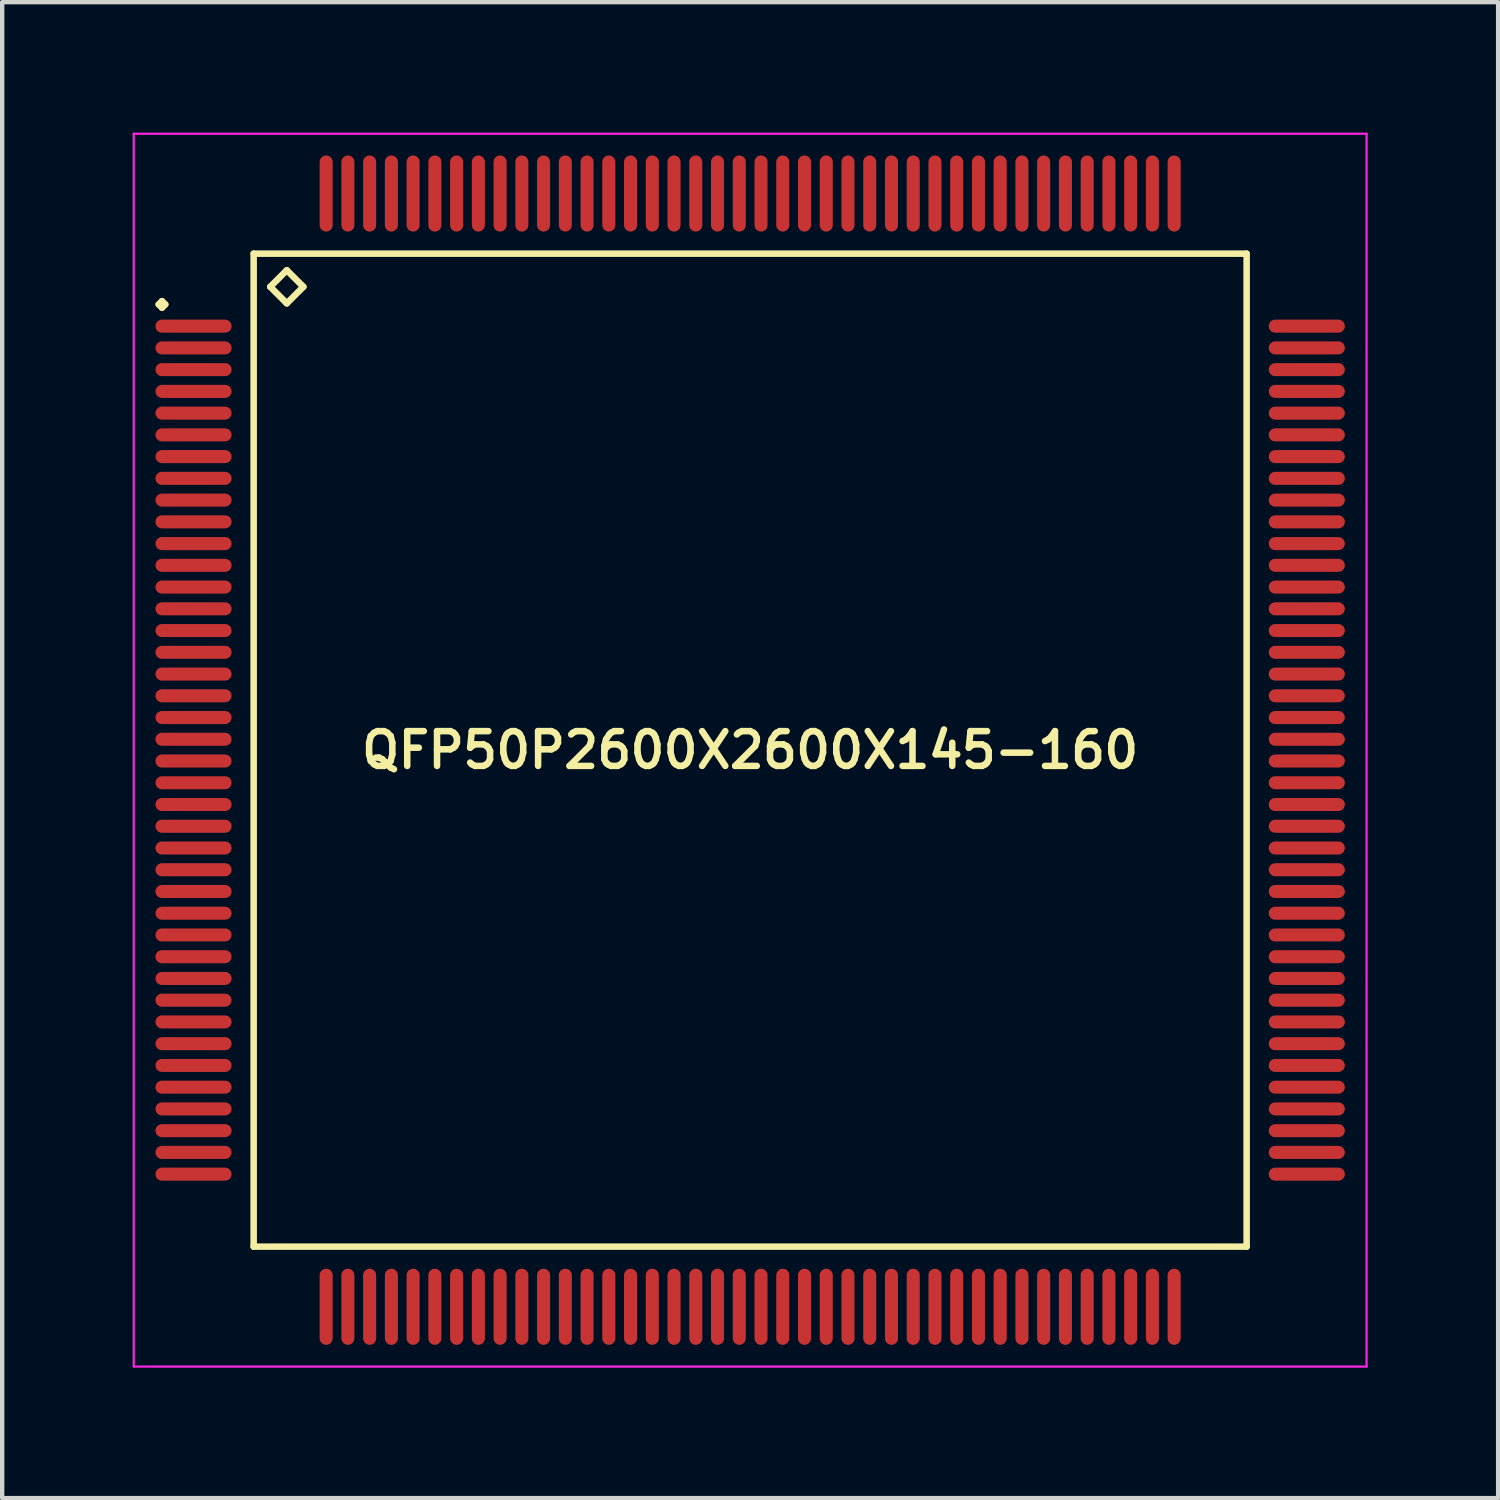
<source format=kicad_pcb>
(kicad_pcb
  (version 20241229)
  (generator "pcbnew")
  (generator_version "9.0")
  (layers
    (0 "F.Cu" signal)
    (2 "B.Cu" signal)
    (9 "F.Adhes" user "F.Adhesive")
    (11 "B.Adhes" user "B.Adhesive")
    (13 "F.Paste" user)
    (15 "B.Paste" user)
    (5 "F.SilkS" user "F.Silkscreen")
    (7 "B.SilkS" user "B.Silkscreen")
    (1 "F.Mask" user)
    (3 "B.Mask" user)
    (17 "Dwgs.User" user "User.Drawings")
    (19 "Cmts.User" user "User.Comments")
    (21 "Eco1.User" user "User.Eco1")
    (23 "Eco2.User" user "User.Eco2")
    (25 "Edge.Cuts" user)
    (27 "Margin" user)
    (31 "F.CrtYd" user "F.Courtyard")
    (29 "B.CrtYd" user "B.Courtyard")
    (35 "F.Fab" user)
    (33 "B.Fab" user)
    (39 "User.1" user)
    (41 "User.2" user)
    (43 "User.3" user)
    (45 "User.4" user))
  (footprint "QFP50P2600X2600X145-160"
    (layer "F.Cu")
    (at 14.2 14.2)
    (property "Reference" "QFP50P2600X2600X145-160" (at 0 0 0) (layer "F.SilkS") (effects (font (size 0.8 0.8) (thickness 0.15))))
    (attr smd)
    (fp_line (start -13.6 -10.25) (end -13.525 -10.325) (stroke (width 0.15) (type solid)) (layer "F.SilkS"))
    (fp_line (start -13.525 -10.325) (end -13.45 -10.25) (stroke (width 0.15) (type solid)) (layer "F.SilkS"))
    (fp_line (start -13.525 -10.175) (end -13.6 -10.25) (stroke (width 0.15) (type solid)) (layer "F.SilkS"))
    (fp_line (start -13.45 -10.25) (end -13.525 -10.175) (stroke (width 0.15) (type solid)) (layer "F.SilkS"))
    (fp_line (start -11.417 -11.417) (end -11.417 11.417) (stroke (width 0.15) (type solid)) (layer "F.SilkS"))
    (fp_line (start -11.417 11.417) (end 11.417 11.417) (stroke (width 0.15) (type solid)) (layer "F.SilkS"))
    (fp_line (start -11.036 -10.655) (end -10.655 -11.036) (stroke (width 0.15) (type solid)) (layer "F.SilkS"))
    (fp_line (start -10.655 -11.036) (end -10.274 -10.655) (stroke (width 0.15) (type solid)) (layer "F.SilkS"))
    (fp_line (start -10.655 -10.274) (end -11.036 -10.655) (stroke (width 0.15) (type solid)) (layer "F.SilkS"))
    (fp_line (start -10.274 -10.655) (end -10.655 -10.274) (stroke (width 0.15) (type solid)) (layer "F.SilkS"))
    (fp_line (start 11.417 -11.417) (end -11.417 -11.417) (stroke (width 0.15) (type solid)) (layer "F.SilkS"))
    (fp_line (start 11.417 11.417) (end 11.417 -11.417) (stroke (width 0.15) (type solid)) (layer "F.SilkS"))
    (fp_line (start -14.175 -14.175) (end 14.175 -14.175) (stroke (width 0.05) (type solid)) (layer "F.CrtYd"))
    (fp_line (start -14.175 14.175) (end -14.175 -14.175) (stroke (width 0.05) (type solid)) (layer "F.CrtYd"))
    (fp_line (start 14.175 -14.175) (end 14.175 14.175) (stroke (width 0.05) (type solid)) (layer "F.CrtYd"))
    (fp_line (start 14.175 14.175) (end -14.175 14.175) (stroke (width 0.05) (type solid)) (layer "F.CrtYd"))
    (pad "1" smd oval (at -12.8 -9.75) (size 1.75 0.3) (layers "F.Cu" "F.Mask" "F.Paste"))
    (pad "2" smd oval (at -12.8 -9.25) (size 1.75 0.3) (layers "F.Cu" "F.Mask" "F.Paste"))
    (pad "3" smd oval (at -12.8 -8.75) (size 1.75 0.3) (layers "F.Cu" "F.Mask" "F.Paste"))
    (pad "4" smd oval (at -12.8 -8.25) (size 1.75 0.3) (layers "F.Cu" "F.Mask" "F.Paste"))
    (pad "5" smd oval (at -12.8 -7.75) (size 1.75 0.3) (layers "F.Cu" "F.Mask" "F.Paste"))
    (pad "6" smd oval (at -12.8 -7.25) (size 1.75 0.3) (layers "F.Cu" "F.Mask" "F.Paste"))
    (pad "7" smd oval (at -12.8 -6.75) (size 1.75 0.3) (layers "F.Cu" "F.Mask" "F.Paste"))
    (pad "8" smd oval (at -12.8 -6.25) (size 1.75 0.3) (layers "F.Cu" "F.Mask" "F.Paste"))
    (pad "9" smd oval (at -12.8 -5.75) (size 1.75 0.3) (layers "F.Cu" "F.Mask" "F.Paste"))
    (pad "10" smd oval (at -12.8 -5.25) (size 1.75 0.3) (layers "F.Cu" "F.Mask" "F.Paste"))
    (pad "11" smd oval (at -12.8 -4.75) (size 1.75 0.3) (layers "F.Cu" "F.Mask" "F.Paste"))
    (pad "12" smd oval (at -12.8 -4.25) (size 1.75 0.3) (layers "F.Cu" "F.Mask" "F.Paste"))
    (pad "13" smd oval (at -12.8 -3.75) (size 1.75 0.3) (layers "F.Cu" "F.Mask" "F.Paste"))
    (pad "14" smd oval (at -12.8 -3.25) (size 1.75 0.3) (layers "F.Cu" "F.Mask" "F.Paste"))
    (pad "15" smd oval (at -12.8 -2.75) (size 1.75 0.3) (layers "F.Cu" "F.Mask" "F.Paste"))
    (pad "16" smd oval (at -12.8 -2.25) (size 1.75 0.3) (layers "F.Cu" "F.Mask" "F.Paste"))
    (pad "17" smd oval (at -12.8 -1.75) (size 1.75 0.3) (layers "F.Cu" "F.Mask" "F.Paste"))
    (pad "18" smd oval (at -12.8 -1.25) (size 1.75 0.3) (layers "F.Cu" "F.Mask" "F.Paste"))
    (pad "19" smd oval (at -12.8 -0.75) (size 1.75 0.3) (layers "F.Cu" "F.Mask" "F.Paste"))
    (pad "20" smd oval (at -12.8 -0.25) (size 1.75 0.3) (layers "F.Cu" "F.Mask" "F.Paste"))
    (pad "21" smd oval (at -12.8 0.25) (size 1.75 0.3) (layers "F.Cu" "F.Mask" "F.Paste"))
    (pad "22" smd oval (at -12.8 0.75) (size 1.75 0.3) (layers "F.Cu" "F.Mask" "F.Paste"))
    (pad "23" smd oval (at -12.8 1.25) (size 1.75 0.3) (layers "F.Cu" "F.Mask" "F.Paste"))
    (pad "24" smd oval (at -12.8 1.75) (size 1.75 0.3) (layers "F.Cu" "F.Mask" "F.Paste"))
    (pad "25" smd oval (at -12.8 2.25) (size 1.75 0.3) (layers "F.Cu" "F.Mask" "F.Paste"))
    (pad "26" smd oval (at -12.8 2.75) (size 1.75 0.3) (layers "F.Cu" "F.Mask" "F.Paste"))
    (pad "27" smd oval (at -12.8 3.25) (size 1.75 0.3) (layers "F.Cu" "F.Mask" "F.Paste"))
    (pad "28" smd oval (at -12.8 3.75) (size 1.75 0.3) (layers "F.Cu" "F.Mask" "F.Paste"))
    (pad "29" smd oval (at -12.8 4.25) (size 1.75 0.3) (layers "F.Cu" "F.Mask" "F.Paste"))
    (pad "30" smd oval (at -12.8 4.75) (size 1.75 0.3) (layers "F.Cu" "F.Mask" "F.Paste"))
    (pad "31" smd oval (at -12.8 5.25) (size 1.75 0.3) (layers "F.Cu" "F.Mask" "F.Paste"))
    (pad "32" smd oval (at -12.8 5.75) (size 1.75 0.3) (layers "F.Cu" "F.Mask" "F.Paste"))
    (pad "33" smd oval (at -12.8 6.25) (size 1.75 0.3) (layers "F.Cu" "F.Mask" "F.Paste"))
    (pad "34" smd oval (at -12.8 6.75) (size 1.75 0.3) (layers "F.Cu" "F.Mask" "F.Paste"))
    (pad "35" smd oval (at -12.8 7.25) (size 1.75 0.3) (layers "F.Cu" "F.Mask" "F.Paste"))
    (pad "36" smd oval (at -12.8 7.75) (size 1.75 0.3) (layers "F.Cu" "F.Mask" "F.Paste"))
    (pad "37" smd oval (at -12.8 8.25) (size 1.75 0.3) (layers "F.Cu" "F.Mask" "F.Paste"))
    (pad "38" smd oval (at -12.8 8.75) (size 1.75 0.3) (layers "F.Cu" "F.Mask" "F.Paste"))
    (pad "39" smd oval (at -12.8 9.25) (size 1.75 0.3) (layers "F.Cu" "F.Mask" "F.Paste"))
    (pad "40" smd oval (at -12.8 9.75) (size 1.75 0.3) (layers "F.Cu" "F.Mask" "F.Paste"))
    (pad "41" smd oval (at -9.75 12.8) (size 0.3 1.75) (layers "F.Cu" "F.Mask" "F.Paste"))
    (pad "42" smd oval (at -9.25 12.8) (size 0.3 1.75) (layers "F.Cu" "F.Mask" "F.Paste"))
    (pad "43" smd oval (at -8.75 12.8) (size 0.3 1.75) (layers "F.Cu" "F.Mask" "F.Paste"))
    (pad "44" smd oval (at -8.25 12.8) (size 0.3 1.75) (layers "F.Cu" "F.Mask" "F.Paste"))
    (pad "45" smd oval (at -7.75 12.8) (size 0.3 1.75) (layers "F.Cu" "F.Mask" "F.Paste"))
    (pad "46" smd oval (at -7.25 12.8) (size 0.3 1.75) (layers "F.Cu" "F.Mask" "F.Paste"))
    (pad "47" smd oval (at -6.75 12.8) (size 0.3 1.75) (layers "F.Cu" "F.Mask" "F.Paste"))
    (pad "48" smd oval (at -6.25 12.8) (size 0.3 1.75) (layers "F.Cu" "F.Mask" "F.Paste"))
    (pad "49" smd oval (at -5.75 12.8) (size 0.3 1.75) (layers "F.Cu" "F.Mask" "F.Paste"))
    (pad "50" smd oval (at -5.25 12.8) (size 0.3 1.75) (layers "F.Cu" "F.Mask" "F.Paste"))
    (pad "51" smd oval (at -4.75 12.8) (size 0.3 1.75) (layers "F.Cu" "F.Mask" "F.Paste"))
    (pad "52" smd oval (at -4.25 12.8) (size 0.3 1.75) (layers "F.Cu" "F.Mask" "F.Paste"))
    (pad "53" smd oval (at -3.75 12.8) (size 0.3 1.75) (layers "F.Cu" "F.Mask" "F.Paste"))
    (pad "54" smd oval (at -3.25 12.8) (size 0.3 1.75) (layers "F.Cu" "F.Mask" "F.Paste"))
    (pad "55" smd oval (at -2.75 12.8) (size 0.3 1.75) (layers "F.Cu" "F.Mask" "F.Paste"))
    (pad "56" smd oval (at -2.25 12.8) (size 0.3 1.75) (layers "F.Cu" "F.Mask" "F.Paste"))
    (pad "57" smd oval (at -1.75 12.8) (size 0.3 1.75) (layers "F.Cu" "F.Mask" "F.Paste"))
    (pad "58" smd oval (at -1.25 12.8) (size 0.3 1.75) (layers "F.Cu" "F.Mask" "F.Paste"))
    (pad "59" smd oval (at -0.75 12.8) (size 0.3 1.75) (layers "F.Cu" "F.Mask" "F.Paste"))
    (pad "60" smd oval (at -0.25 12.8) (size 0.3 1.75) (layers "F.Cu" "F.Mask" "F.Paste"))
    (pad "61" smd oval (at 0.25 12.8) (size 0.3 1.75) (layers "F.Cu" "F.Mask" "F.Paste"))
    (pad "62" smd oval (at 0.75 12.8) (size 0.3 1.75) (layers "F.Cu" "F.Mask" "F.Paste"))
    (pad "63" smd oval (at 1.25 12.8) (size 0.3 1.75) (layers "F.Cu" "F.Mask" "F.Paste"))
    (pad "64" smd oval (at 1.75 12.8) (size 0.3 1.75) (layers "F.Cu" "F.Mask" "F.Paste"))
    (pad "65" smd oval (at 2.25 12.8) (size 0.3 1.75) (layers "F.Cu" "F.Mask" "F.Paste"))
    (pad "66" smd oval (at 2.75 12.8) (size 0.3 1.75) (layers "F.Cu" "F.Mask" "F.Paste"))
    (pad "67" smd oval (at 3.25 12.8) (size 0.3 1.75) (layers "F.Cu" "F.Mask" "F.Paste"))
    (pad "68" smd oval (at 3.75 12.8) (size 0.3 1.75) (layers "F.Cu" "F.Mask" "F.Paste"))
    (pad "69" smd oval (at 4.25 12.8) (size 0.3 1.75) (layers "F.Cu" "F.Mask" "F.Paste"))
    (pad "70" smd oval (at 4.75 12.8) (size 0.3 1.75) (layers "F.Cu" "F.Mask" "F.Paste"))
    (pad "71" smd oval (at 5.25 12.8) (size 0.3 1.75) (layers "F.Cu" "F.Mask" "F.Paste"))
    (pad "72" smd oval (at 5.75 12.8) (size 0.3 1.75) (layers "F.Cu" "F.Mask" "F.Paste"))
    (pad "73" smd oval (at 6.25 12.8) (size 0.3 1.75) (layers "F.Cu" "F.Mask" "F.Paste"))
    (pad "74" smd oval (at 6.75 12.8) (size 0.3 1.75) (layers "F.Cu" "F.Mask" "F.Paste"))
    (pad "75" smd oval (at 7.25 12.8) (size 0.3 1.75) (layers "F.Cu" "F.Mask" "F.Paste"))
    (pad "76" smd oval (at 7.75 12.8) (size 0.3 1.75) (layers "F.Cu" "F.Mask" "F.Paste"))
    (pad "77" smd oval (at 8.25 12.8) (size 0.3 1.75) (layers "F.Cu" "F.Mask" "F.Paste"))
    (pad "78" smd oval (at 8.75 12.8) (size 0.3 1.75) (layers "F.Cu" "F.Mask" "F.Paste"))
    (pad "79" smd oval (at 9.25 12.8) (size 0.3 1.75) (layers "F.Cu" "F.Mask" "F.Paste"))
    (pad "80" smd oval (at 9.75 12.8) (size 0.3 1.75) (layers "F.Cu" "F.Mask" "F.Paste"))
    (pad "81" smd oval (at 12.8 9.75) (size 1.75 0.3) (layers "F.Cu" "F.Mask" "F.Paste"))
    (pad "82" smd oval (at 12.8 9.25) (size 1.75 0.3) (layers "F.Cu" "F.Mask" "F.Paste"))
    (pad "83" smd oval (at 12.8 8.75) (size 1.75 0.3) (layers "F.Cu" "F.Mask" "F.Paste"))
    (pad "84" smd oval (at 12.8 8.25) (size 1.75 0.3) (layers "F.Cu" "F.Mask" "F.Paste"))
    (pad "85" smd oval (at 12.8 7.75) (size 1.75 0.3) (layers "F.Cu" "F.Mask" "F.Paste"))
    (pad "86" smd oval (at 12.8 7.25) (size 1.75 0.3) (layers "F.Cu" "F.Mask" "F.Paste"))
    (pad "87" smd oval (at 12.8 6.75) (size 1.75 0.3) (layers "F.Cu" "F.Mask" "F.Paste"))
    (pad "88" smd oval (at 12.8 6.25) (size 1.75 0.3) (layers "F.Cu" "F.Mask" "F.Paste"))
    (pad "89" smd oval (at 12.8 5.75) (size 1.75 0.3) (layers "F.Cu" "F.Mask" "F.Paste"))
    (pad "90" smd oval (at 12.8 5.25) (size 1.75 0.3) (layers "F.Cu" "F.Mask" "F.Paste"))
    (pad "91" smd oval (at 12.8 4.75) (size 1.75 0.3) (layers "F.Cu" "F.Mask" "F.Paste"))
    (pad "92" smd oval (at 12.8 4.25) (size 1.75 0.3) (layers "F.Cu" "F.Mask" "F.Paste"))
    (pad "93" smd oval (at 12.8 3.75) (size 1.75 0.3) (layers "F.Cu" "F.Mask" "F.Paste"))
    (pad "94" smd oval (at 12.8 3.25) (size 1.75 0.3) (layers "F.Cu" "F.Mask" "F.Paste"))
    (pad "95" smd oval (at 12.8 2.75) (size 1.75 0.3) (layers "F.Cu" "F.Mask" "F.Paste"))
    (pad "96" smd oval (at 12.8 2.25) (size 1.75 0.3) (layers "F.Cu" "F.Mask" "F.Paste"))
    (pad "97" smd oval (at 12.8 1.75) (size 1.75 0.3) (layers "F.Cu" "F.Mask" "F.Paste"))
    (pad "98" smd oval (at 12.8 1.25) (size 1.75 0.3) (layers "F.Cu" "F.Mask" "F.Paste"))
    (pad "99" smd oval (at 12.8 0.75) (size 1.75 0.3) (layers "F.Cu" "F.Mask" "F.Paste"))
    (pad "100" smd oval (at 12.8 0.25) (size 1.75 0.3) (layers "F.Cu" "F.Mask" "F.Paste"))
    (pad "101" smd oval (at 12.8 -0.25) (size 1.75 0.3) (layers "F.Cu" "F.Mask" "F.Paste"))
    (pad "102" smd oval (at 12.8 -0.75) (size 1.75 0.3) (layers "F.Cu" "F.Mask" "F.Paste"))
    (pad "103" smd oval (at 12.8 -1.25) (size 1.75 0.3) (layers "F.Cu" "F.Mask" "F.Paste"))
    (pad "104" smd oval (at 12.8 -1.75) (size 1.75 0.3) (layers "F.Cu" "F.Mask" "F.Paste"))
    (pad "105" smd oval (at 12.8 -2.25) (size 1.75 0.3) (layers "F.Cu" "F.Mask" "F.Paste"))
    (pad "106" smd oval (at 12.8 -2.75) (size 1.75 0.3) (layers "F.Cu" "F.Mask" "F.Paste"))
    (pad "107" smd oval (at 12.8 -3.25) (size 1.75 0.3) (layers "F.Cu" "F.Mask" "F.Paste"))
    (pad "108" smd oval (at 12.8 -3.75) (size 1.75 0.3) (layers "F.Cu" "F.Mask" "F.Paste"))
    (pad "109" smd oval (at 12.8 -4.25) (size 1.75 0.3) (layers "F.Cu" "F.Mask" "F.Paste"))
    (pad "110" smd oval (at 12.8 -4.75) (size 1.75 0.3) (layers "F.Cu" "F.Mask" "F.Paste"))
    (pad "111" smd oval (at 12.8 -5.25) (size 1.75 0.3) (layers "F.Cu" "F.Mask" "F.Paste"))
    (pad "112" smd oval (at 12.8 -5.75) (size 1.75 0.3) (layers "F.Cu" "F.Mask" "F.Paste"))
    (pad "113" smd oval (at 12.8 -6.25) (size 1.75 0.3) (layers "F.Cu" "F.Mask" "F.Paste"))
    (pad "114" smd oval (at 12.8 -6.75) (size 1.75 0.3) (layers "F.Cu" "F.Mask" "F.Paste"))
    (pad "115" smd oval (at 12.8 -7.25) (size 1.75 0.3) (layers "F.Cu" "F.Mask" "F.Paste"))
    (pad "116" smd oval (at 12.8 -7.75) (size 1.75 0.3) (layers "F.Cu" "F.Mask" "F.Paste"))
    (pad "117" smd oval (at 12.8 -8.25) (size 1.75 0.3) (layers "F.Cu" "F.Mask" "F.Paste"))
    (pad "118" smd oval (at 12.8 -8.75) (size 1.75 0.3) (layers "F.Cu" "F.Mask" "F.Paste"))
    (pad "119" smd oval (at 12.8 -9.25) (size 1.75 0.3) (layers "F.Cu" "F.Mask" "F.Paste"))
    (pad "120" smd oval (at 12.8 -9.75) (size 1.75 0.3) (layers "F.Cu" "F.Mask" "F.Paste"))
    (pad "121" smd oval (at 9.75 -12.8) (size 0.3 1.75) (layers "F.Cu" "F.Mask" "F.Paste"))
    (pad "122" smd oval (at 9.25 -12.8) (size 0.3 1.75) (layers "F.Cu" "F.Mask" "F.Paste"))
    (pad "123" smd oval (at 8.75 -12.8) (size 0.3 1.75) (layers "F.Cu" "F.Mask" "F.Paste"))
    (pad "124" smd oval (at 8.25 -12.8) (size 0.3 1.75) (layers "F.Cu" "F.Mask" "F.Paste"))
    (pad "125" smd oval (at 7.75 -12.8) (size 0.3 1.75) (layers "F.Cu" "F.Mask" "F.Paste"))
    (pad "126" smd oval (at 7.25 -12.8) (size 0.3 1.75) (layers "F.Cu" "F.Mask" "F.Paste"))
    (pad "127" smd oval (at 6.75 -12.8) (size 0.3 1.75) (layers "F.Cu" "F.Mask" "F.Paste"))
    (pad "128" smd oval (at 6.25 -12.8) (size 0.3 1.75) (layers "F.Cu" "F.Mask" "F.Paste"))
    (pad "129" smd oval (at 5.75 -12.8) (size 0.3 1.75) (layers "F.Cu" "F.Mask" "F.Paste"))
    (pad "130" smd oval (at 5.25 -12.8) (size 0.3 1.75) (layers "F.Cu" "F.Mask" "F.Paste"))
    (pad "131" smd oval (at 4.75 -12.8) (size 0.3 1.75) (layers "F.Cu" "F.Mask" "F.Paste"))
    (pad "132" smd oval (at 4.25 -12.8) (size 0.3 1.75) (layers "F.Cu" "F.Mask" "F.Paste"))
    (pad "133" smd oval (at 3.75 -12.8) (size 0.3 1.75) (layers "F.Cu" "F.Mask" "F.Paste"))
    (pad "134" smd oval (at 3.25 -12.8) (size 0.3 1.75) (layers "F.Cu" "F.Mask" "F.Paste"))
    (pad "135" smd oval (at 2.75 -12.8) (size 0.3 1.75) (layers "F.Cu" "F.Mask" "F.Paste"))
    (pad "136" smd oval (at 2.25 -12.8) (size 0.3 1.75) (layers "F.Cu" "F.Mask" "F.Paste"))
    (pad "137" smd oval (at 1.75 -12.8) (size 0.3 1.75) (layers "F.Cu" "F.Mask" "F.Paste"))
    (pad "138" smd oval (at 1.25 -12.8) (size 0.3 1.75) (layers "F.Cu" "F.Mask" "F.Paste"))
    (pad "139" smd oval (at 0.75 -12.8) (size 0.3 1.75) (layers "F.Cu" "F.Mask" "F.Paste"))
    (pad "140" smd oval (at 0.25 -12.8) (size 0.3 1.75) (layers "F.Cu" "F.Mask" "F.Paste"))
    (pad "141" smd oval (at -0.25 -12.8) (size 0.3 1.75) (layers "F.Cu" "F.Mask" "F.Paste"))
    (pad "142" smd oval (at -0.75 -12.8) (size 0.3 1.75) (layers "F.Cu" "F.Mask" "F.Paste"))
    (pad "143" smd oval (at -1.25 -12.8) (size 0.3 1.75) (layers "F.Cu" "F.Mask" "F.Paste"))
    (pad "144" smd oval (at -1.75 -12.8) (size 0.3 1.75) (layers "F.Cu" "F.Mask" "F.Paste"))
    (pad "145" smd oval (at -2.25 -12.8) (size 0.3 1.75) (layers "F.Cu" "F.Mask" "F.Paste"))
    (pad "146" smd oval (at -2.75 -12.8) (size 0.3 1.75) (layers "F.Cu" "F.Mask" "F.Paste"))
    (pad "147" smd oval (at -3.25 -12.8) (size 0.3 1.75) (layers "F.Cu" "F.Mask" "F.Paste"))
    (pad "148" smd oval (at -3.75 -12.8) (size 0.3 1.75) (layers "F.Cu" "F.Mask" "F.Paste"))
    (pad "149" smd oval (at -4.25 -12.8) (size 0.3 1.75) (layers "F.Cu" "F.Mask" "F.Paste"))
    (pad "150" smd oval (at -4.75 -12.8) (size 0.3 1.75) (layers "F.Cu" "F.Mask" "F.Paste"))
    (pad "151" smd oval (at -5.25 -12.8) (size 0.3 1.75) (layers "F.Cu" "F.Mask" "F.Paste"))
    (pad "152" smd oval (at -5.75 -12.8) (size 0.3 1.75) (layers "F.Cu" "F.Mask" "F.Paste"))
    (pad "153" smd oval (at -6.25 -12.8) (size 0.3 1.75) (layers "F.Cu" "F.Mask" "F.Paste"))
    (pad "154" smd oval (at -6.75 -12.8) (size 0.3 1.75) (layers "F.Cu" "F.Mask" "F.Paste"))
    (pad "155" smd oval (at -7.25 -12.8) (size 0.3 1.75) (layers "F.Cu" "F.Mask" "F.Paste"))
    (pad "156" smd oval (at -7.75 -12.8) (size 0.3 1.75) (layers "F.Cu" "F.Mask" "F.Paste"))
    (pad "157" smd oval (at -8.25 -12.8) (size 0.3 1.75) (layers "F.Cu" "F.Mask" "F.Paste"))
    (pad "158" smd oval (at -8.75 -12.8) (size 0.3 1.75) (layers "F.Cu" "F.Mask" "F.Paste"))
    (pad "159" smd oval (at -9.25 -12.8) (size 0.3 1.75) (layers "F.Cu" "F.Mask" "F.Paste"))
    (pad "160" smd oval (at -9.75 -12.8) (size 0.3 1.75) (layers "F.Cu" "F.Mask" "F.Paste")))
  (gr_rect
    (start -3 -3)
    (end 31.4 31.4)
    (stroke (width 0.1) (type default))
    (fill no)
    (layer "Edge.Cuts")))
</source>
